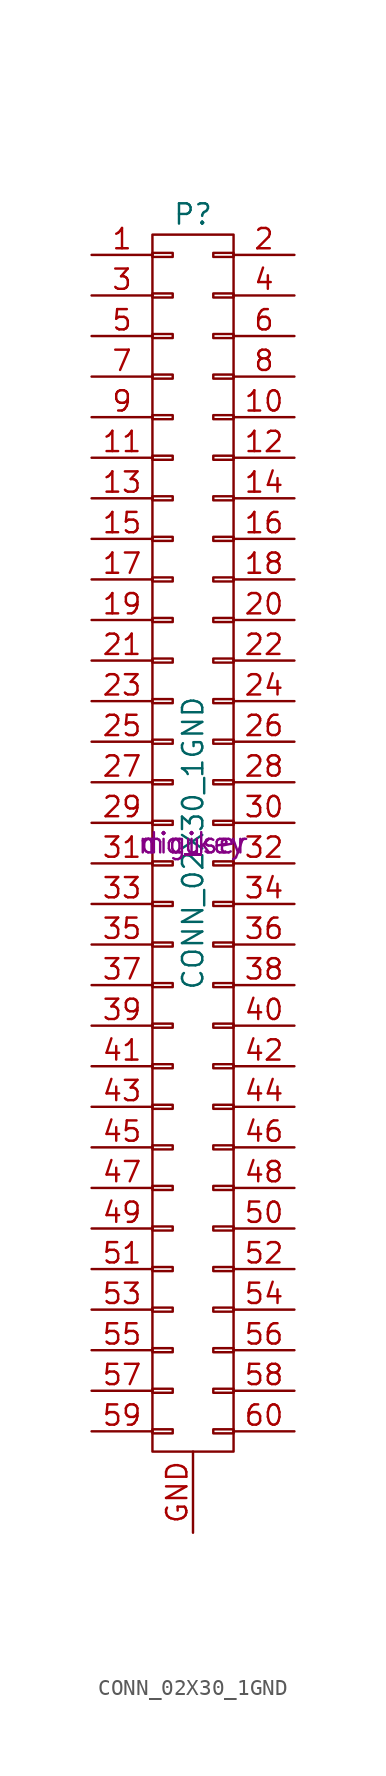
<source format=kicad_sym>
(kicad_symbol_lib
  (version 20201005)
  (generator kicad_symbol_editor)
  (symbol "Connectors_OSRF:CONN_02X30_1GND"
    (pin_names
      (offset 0.025) hide)
    (property "Reference" "P"
      (at 0 40.64 0)
      (effects (font (size 1.27 1.27))))
    (property "Value" "CONN_02X30_1GND"
      (at 0 1.27 90)
      (effects (font (size 1.27 1.27))))
    (property "MFN" "_"
      (at 0 1.27 0)
      (effects (font (size 1.27 1.27))))
    (property "MFP" "_"
      (at 0 1.27 0)
      (effects (font (size 1.27 1.27))))
    (property "D1" "digikey"
      (at 0 1.27 0)
      (effects (font (size 1.27 1.27))))
    (property "D2" "mouser"
      (at 0 1.27 0)
      (effects (font (size 1.27 1.27))))
    (property "D1PN" "_"
      (at 0 1.27 0)
      (effects (font (size 1.27 1.27))))
    (property "D1PL" "_"
      (at 0 1.27 0)
      (effects (font (size 1.27 1.27))))
    (property "D2PN" "_"
      (at 0 1.27 0)
      (effects (font (size 1.27 1.27))))
    (property "D2PL" "_"
      (at 0 1.27 0)
      (effects (font (size 1.27 1.27))))
    (property "Package" "_"
      (at 0 1.27 0)
      (effects (font (size 1.27 1.27))))
    (property "Description" "_"
      (at 0 1.27 0)
      (effects (font (size 1.27 1.27))))
    (property "Voltage" "_"
      (at 0 1.27 0)
      (effects (font (size 1.27 1.27))))
    (property "Power" "_"
      (at 0 1.27 0)
      (effects (font (size 1.27 1.27))))
    (property "Tolerance" "_"
      (at 0 1.27 0)
      (effects (font (size 1.27 1.27))))
    (property "Temperature" "_"
      (at 0 1.27 0)
      (effects (font (size 1.27 1.27))))
    (property "ReverseVoltage" "_"
      (at 0 1.27 0)
      (effects (font (size 1.27 1.27))))
    (property "ForwardVoltage" "_"
      (at 0 1.27 0)
      (effects (font (size 1.27 1.27))))
    (property "Cont.Current" "_"
      (at 0 1.27 0)
      (effects (font (size 1.27 1.27))))
    (property "Frequency" "_"
      (at 0 1.27 0)
      (effects (font (size 1.27 1.27))))
    (property "ResonnanceFreq" "_"
      (at 0 1.27 0)
      (effects (font (size 1.27 1.27))))
    (symbol "CONN_02X30_1GND_0_1"
      (rectangle (start -2.54 -35.433) (end -1.27 -35.687) (stroke (width 0)) (fill (type none)))
      (rectangle (start -2.54 -32.893) (end -1.27 -33.147) (stroke (width 0)) (fill (type none)))
      (rectangle (start -2.54 -30.353) (end -1.27 -30.607) (stroke (width 0)) (fill (type none)))
      (rectangle (start -2.54 -27.813) (end -1.27 -28.067) (stroke (width 0)) (fill (type none)))
      (rectangle (start -2.54 -25.273) (end -1.27 -25.527) (stroke (width 0)) (fill (type none)))
      (rectangle (start -2.54 -22.733) (end -1.27 -22.987) (stroke (width 0)) (fill (type none)))
      (rectangle (start -2.54 -20.193) (end -1.27 -20.447) (stroke (width 0)) (fill (type none)))
      (rectangle (start -2.54 -17.653) (end -1.27 -17.907) (stroke (width 0)) (fill (type none)))
      (rectangle (start -2.54 -15.113) (end -1.27 -15.367) (stroke (width 0)) (fill (type none)))
      (rectangle (start -2.54 -12.573) (end -1.27 -12.827) (stroke (width 0)) (fill (type none)))
      (rectangle (start -2.54 -10.033) (end -1.27 -10.287) (stroke (width 0)) (fill (type none)))
      (rectangle (start -2.54 -7.493) (end -1.27 -7.747) (stroke (width 0)) (fill (type none)))
      (rectangle (start -2.54 -4.953) (end -1.27 -5.207) (stroke (width 0)) (fill (type none)))
      (rectangle (start -2.54 -2.413) (end -1.27 -2.667) (stroke (width 0)) (fill (type none)))
      (rectangle (start -2.54 0.127) (end -1.27 -0.127) (stroke (width 0)) (fill (type none)))
      (rectangle (start -2.54 2.667) (end -1.27 2.413) (stroke (width 0)) (fill (type none)))
      (rectangle (start -2.54 5.207) (end -1.27 4.953) (stroke (width 0)) (fill (type none)))
      (rectangle (start -2.54 7.747) (end -1.27 7.493) (stroke (width 0)) (fill (type none)))
      (rectangle (start -2.54 10.287) (end -1.27 10.033) (stroke (width 0)) (fill (type none)))
      (rectangle (start -2.54 12.827) (end -1.27 12.573) (stroke (width 0)) (fill (type none)))
      (rectangle (start -2.54 15.367) (end -1.27 15.113) (stroke (width 0)) (fill (type none)))
      (rectangle (start -2.54 17.907) (end -1.27 17.653) (stroke (width 0)) (fill (type none)))
      (rectangle (start -2.54 20.447) (end -1.27 20.193) (stroke (width 0)) (fill (type none)))
      (rectangle (start -2.54 22.987) (end -1.27 22.733) (stroke (width 0)) (fill (type none)))
      (rectangle (start -2.54 25.527) (end -1.27 25.273) (stroke (width 0)) (fill (type none)))
      (rectangle (start -2.54 28.067) (end -1.27 27.813) (stroke (width 0)) (fill (type none)))
      (rectangle (start -2.54 30.607) (end -1.27 30.353) (stroke (width 0)) (fill (type none)))
      (rectangle (start -2.54 33.147) (end -1.27 32.893) (stroke (width 0)) (fill (type none)))
      (rectangle (start -2.54 35.687) (end -1.27 35.433) (stroke (width 0)) (fill (type none)))
      (rectangle (start -2.54 38.227) (end -1.27 37.973) (stroke (width 0)) (fill (type none)))
      (rectangle (start -2.54 39.37) (end 2.54 -36.83) (stroke (width 0)) (fill (type none)))
      (rectangle (start 1.27 -35.433) (end 2.54 -35.687) (stroke (width 0)) (fill (type none)))
      (rectangle (start 1.27 -32.893) (end 2.54 -33.147) (stroke (width 0)) (fill (type none)))
      (rectangle (start 1.27 -30.353) (end 2.54 -30.607) (stroke (width 0)) (fill (type none)))
      (rectangle (start 1.27 -27.813) (end 2.54 -28.067) (stroke (width 0)) (fill (type none)))
      (rectangle (start 1.27 -25.273) (end 2.54 -25.527) (stroke (width 0)) (fill (type none)))
      (rectangle (start 1.27 -22.733) (end 2.54 -22.987) (stroke (width 0)) (fill (type none)))
      (rectangle (start 1.27 -20.193) (end 2.54 -20.447) (stroke (width 0)) (fill (type none)))
      (rectangle (start 1.27 -17.653) (end 2.54 -17.907) (stroke (width 0)) (fill (type none)))
      (rectangle (start 1.27 -15.113) (end 2.54 -15.367) (stroke (width 0)) (fill (type none)))
      (rectangle (start 1.27 -12.573) (end 2.54 -12.827) (stroke (width 0)) (fill (type none)))
      (rectangle (start 1.27 -10.033) (end 2.54 -10.287) (stroke (width 0)) (fill (type none)))
      (rectangle (start 1.27 -7.493) (end 2.54 -7.747) (stroke (width 0)) (fill (type none)))
      (rectangle (start 1.27 -4.953) (end 2.54 -5.207) (stroke (width 0)) (fill (type none)))
      (rectangle (start 1.27 -2.413) (end 2.54 -2.667) (stroke (width 0)) (fill (type none)))
      (rectangle (start 1.27 0.127) (end 2.54 -0.127) (stroke (width 0)) (fill (type none)))
      (rectangle (start 1.27 2.667) (end 2.54 2.413) (stroke (width 0)) (fill (type none)))
      (rectangle (start 1.27 5.207) (end 2.54 4.953) (stroke (width 0)) (fill (type none)))
      (rectangle (start 1.27 7.747) (end 2.54 7.493) (stroke (width 0)) (fill (type none)))
      (rectangle (start 1.27 10.287) (end 2.54 10.033) (stroke (width 0)) (fill (type none)))
      (rectangle (start 1.27 12.827) (end 2.54 12.573) (stroke (width 0)) (fill (type none)))
      (rectangle (start 1.27 15.367) (end 2.54 15.113) (stroke (width 0)) (fill (type none)))
      (rectangle (start 1.27 17.907) (end 2.54 17.653) (stroke (width 0)) (fill (type none)))
      (rectangle (start 1.27 20.447) (end 2.54 20.193) (stroke (width 0)) (fill (type none)))
      (rectangle (start 1.27 22.987) (end 2.54 22.733) (stroke (width 0)) (fill (type none)))
      (rectangle (start 1.27 25.527) (end 2.54 25.273) (stroke (width 0)) (fill (type none)))
      (rectangle (start 1.27 28.067) (end 2.54 27.813) (stroke (width 0)) (fill (type none)))
      (rectangle (start 1.27 30.607) (end 2.54 30.353) (stroke (width 0)) (fill (type none)))
      (rectangle (start 1.27 33.147) (end 2.54 32.893) (stroke (width 0)) (fill (type none)))
      (rectangle (start 1.27 35.687) (end 2.54 35.433) (stroke (width 0)) (fill (type none)))
      (rectangle (start 1.27 38.227) (end 2.54 37.973) (stroke (width 0)) (fill (type none))))
    (symbol "CONN_02X30_1GND_1_1"
      (pin passive line (at -6.35 38.1 0) (length 3.81) (name "P1" (effects (font (size 1.27 1.27)))) (number "1" (effects (font (size 1.27 1.27)))))
      (pin passive line (at 6.35 27.94 180) (length 3.81) (name "P10" (effects (font (size 1.27 1.27)))) (number "10" (effects (font (size 1.27 1.27)))))
      (pin passive line (at -6.35 25.4 0) (length 3.81) (name "P11" (effects (font (size 1.27 1.27)))) (number "11" (effects (font (size 1.27 1.27)))))
      (pin passive line (at 6.35 25.4 180) (length 3.81) (name "P12" (effects (font (size 1.27 1.27)))) (number "12" (effects (font (size 1.27 1.27)))))
      (pin passive line (at -6.35 22.86 0) (length 3.81) (name "P13" (effects (font (size 1.27 1.27)))) (number "13" (effects (font (size 1.27 1.27)))))
      (pin passive line (at 6.35 22.86 180) (length 3.81) (name "P14" (effects (font (size 1.27 1.27)))) (number "14" (effects (font (size 1.27 1.27)))))
      (pin passive line (at -6.35 20.32 0) (length 3.81) (name "P15" (effects (font (size 1.27 1.27)))) (number "15" (effects (font (size 1.27 1.27)))))
      (pin passive line (at 6.35 20.32 180) (length 3.81) (name "P16" (effects (font (size 1.27 1.27)))) (number "16" (effects (font (size 1.27 1.27)))))
      (pin passive line (at -6.35 17.78 0) (length 3.81) (name "P17" (effects (font (size 1.27 1.27)))) (number "17" (effects (font (size 1.27 1.27)))))
      (pin passive line (at 6.35 17.78 180) (length 3.81) (name "P18" (effects (font (size 1.27 1.27)))) (number "18" (effects (font (size 1.27 1.27)))))
      (pin passive line (at -6.35 15.24 0) (length 3.81) (name "P19" (effects (font (size 1.27 1.27)))) (number "19" (effects (font (size 1.27 1.27)))))
      (pin passive line (at 6.35 38.1 180) (length 3.81) (name "P2" (effects (font (size 1.27 1.27)))) (number "2" (effects (font (size 1.27 1.27)))))
      (pin passive line (at 6.35 15.24 180) (length 3.81) (name "P20" (effects (font (size 1.27 1.27)))) (number "20" (effects (font (size 1.27 1.27)))))
      (pin passive line (at -6.35 12.7 0) (length 3.81) (name "P21" (effects (font (size 1.27 1.27)))) (number "21" (effects (font (size 1.27 1.27)))))
      (pin passive line (at 6.35 12.7 180) (length 3.81) (name "P22" (effects (font (size 1.27 1.27)))) (number "22" (effects (font (size 1.27 1.27)))))
      (pin passive line (at -6.35 10.16 0) (length 3.81) (name "P23" (effects (font (size 1.27 1.27)))) (number "23" (effects (font (size 1.27 1.27)))))
      (pin passive line (at 6.35 10.16 180) (length 3.81) (name "P24" (effects (font (size 1.27 1.27)))) (number "24" (effects (font (size 1.27 1.27)))))
      (pin passive line (at -6.35 7.62 0) (length 3.81) (name "P25" (effects (font (size 1.27 1.27)))) (number "25" (effects (font (size 1.27 1.27)))))
      (pin passive line (at 6.35 7.62 180) (length 3.81) (name "P26" (effects (font (size 1.27 1.27)))) (number "26" (effects (font (size 1.27 1.27)))))
      (pin passive line (at -6.35 5.08 0) (length 3.81) (name "P27" (effects (font (size 1.27 1.27)))) (number "27" (effects (font (size 1.27 1.27)))))
      (pin passive line (at 6.35 5.08 180) (length 3.81) (name "P28" (effects (font (size 1.27 1.27)))) (number "28" (effects (font (size 1.27 1.27)))))
      (pin passive line (at -6.35 2.54 0) (length 3.81) (name "P29" (effects (font (size 1.27 1.27)))) (number "29" (effects (font (size 1.27 1.27)))))
      (pin passive line (at -6.35 35.56 0) (length 3.81) (name "P3" (effects (font (size 1.27 1.27)))) (number "3" (effects (font (size 1.27 1.27)))))
      (pin passive line (at 6.35 2.54 180) (length 3.81) (name "P30" (effects (font (size 1.27 1.27)))) (number "30" (effects (font (size 1.27 1.27)))))
      (pin passive line (at -6.35 0 0) (length 3.81) (name "P31" (effects (font (size 1.27 1.27)))) (number "31" (effects (font (size 1.27 1.27)))))
      (pin passive line (at 6.35 0 180) (length 3.81) (name "P32" (effects (font (size 1.27 1.27)))) (number "32" (effects (font (size 1.27 1.27)))))
      (pin passive line (at -6.35 -2.54 0) (length 3.81) (name "P33" (effects (font (size 1.27 1.27)))) (number "33" (effects (font (size 1.27 1.27)))))
      (pin passive line (at 6.35 -2.54 180) (length 3.81) (name "P34" (effects (font (size 1.27 1.27)))) (number "34" (effects (font (size 1.27 1.27)))))
      (pin passive line (at -6.35 -5.08 0) (length 3.81) (name "P35" (effects (font (size 1.27 1.27)))) (number "35" (effects (font (size 1.27 1.27)))))
      (pin passive line (at 6.35 -5.08 180) (length 3.81) (name "P36" (effects (font (size 1.27 1.27)))) (number "36" (effects (font (size 1.27 1.27)))))
      (pin passive line (at -6.35 -7.62 0) (length 3.81) (name "P37" (effects (font (size 1.27 1.27)))) (number "37" (effects (font (size 1.27 1.27)))))
      (pin passive line (at 6.35 -7.62 180) (length 3.81) (name "P38" (effects (font (size 1.27 1.27)))) (number "38" (effects (font (size 1.27 1.27)))))
      (pin passive line (at -6.35 -10.16 0) (length 3.81) (name "P39" (effects (font (size 1.27 1.27)))) (number "39" (effects (font (size 1.27 1.27)))))
      (pin passive line (at 6.35 35.56 180) (length 3.81) (name "P4" (effects (font (size 1.27 1.27)))) (number "4" (effects (font (size 1.27 1.27)))))
      (pin passive line (at 6.35 -10.16 180) (length 3.81) (name "P40" (effects (font (size 1.27 1.27)))) (number "40" (effects (font (size 1.27 1.27)))))
      (pin passive line (at -6.35 -12.7 0) (length 3.81) (name "P41" (effects (font (size 1.27 1.27)))) (number "41" (effects (font (size 1.27 1.27)))))
      (pin passive line (at 6.35 -12.7 180) (length 3.81) (name "P42" (effects (font (size 1.27 1.27)))) (number "42" (effects (font (size 1.27 1.27)))))
      (pin passive line (at -6.35 -15.24 0) (length 3.81) (name "P43" (effects (font (size 1.27 1.27)))) (number "43" (effects (font (size 1.27 1.27)))))
      (pin passive line (at 6.35 -15.24 180) (length 3.81) (name "P44" (effects (font (size 1.27 1.27)))) (number "44" (effects (font (size 1.27 1.27)))))
      (pin passive line (at -6.35 -17.78 0) (length 3.81) (name "P45" (effects (font (size 1.27 1.27)))) (number "45" (effects (font (size 1.27 1.27)))))
      (pin passive line (at 6.35 -17.78 180) (length 3.81) (name "P46" (effects (font (size 1.27 1.27)))) (number "46" (effects (font (size 1.27 1.27)))))
      (pin passive line (at -6.35 -20.32 0) (length 3.81) (name "P47" (effects (font (size 1.27 1.27)))) (number "47" (effects (font (size 1.27 1.27)))))
      (pin passive line (at 6.35 -20.32 180) (length 3.81) (name "P48" (effects (font (size 1.27 1.27)))) (number "48" (effects (font (size 1.27 1.27)))))
      (pin passive line (at -6.35 -22.86 0) (length 3.81) (name "P49" (effects (font (size 1.27 1.27)))) (number "49" (effects (font (size 1.27 1.27)))))
      (pin passive line (at -6.35 33.02 0) (length 3.81) (name "P5" (effects (font (size 1.27 1.27)))) (number "5" (effects (font (size 1.27 1.27)))))
      (pin passive line (at 6.35 -22.86 180) (length 3.81) (name "P50" (effects (font (size 1.27 1.27)))) (number "50" (effects (font (size 1.27 1.27)))))
      (pin passive line (at -6.35 -25.4 0) (length 3.81) (name "P51" (effects (font (size 1.27 1.27)))) (number "51" (effects (font (size 1.27 1.27)))))
      (pin passive line (at 6.35 -25.4 180) (length 3.81) (name "P52" (effects (font (size 1.27 1.27)))) (number "52" (effects (font (size 1.27 1.27)))))
      (pin passive line (at -6.35 -27.94 0) (length 3.81) (name "P53" (effects (font (size 1.27 1.27)))) (number "53" (effects (font (size 1.27 1.27)))))
      (pin passive line (at 6.35 -27.94 180) (length 3.81) (name "P54" (effects (font (size 1.27 1.27)))) (number "54" (effects (font (size 1.27 1.27)))))
      (pin passive line (at -6.35 -30.48 0) (length 3.81) (name "P55" (effects (font (size 1.27 1.27)))) (number "55" (effects (font (size 1.27 1.27)))))
      (pin passive line (at 6.35 -30.48 180) (length 3.81) (name "P56" (effects (font (size 1.27 1.27)))) (number "56" (effects (font (size 1.27 1.27)))))
      (pin passive line (at -6.35 -33.02 0) (length 3.81) (name "P57" (effects (font (size 1.27 1.27)))) (number "57" (effects (font (size 1.27 1.27)))))
      (pin passive line (at 6.35 -33.02 180) (length 3.81) (name "P58" (effects (font (size 1.27 1.27)))) (number "58" (effects (font (size 1.27 1.27)))))
      (pin passive line (at -6.35 -35.56 0) (length 3.81) (name "P59" (effects (font (size 1.27 1.27)))) (number "59" (effects (font (size 1.27 1.27)))))
      (pin passive line (at 6.35 33.02 180) (length 3.81) (name "P6" (effects (font (size 1.27 1.27)))) (number "6" (effects (font (size 1.27 1.27)))))
      (pin passive line (at 6.35 -35.56 180) (length 3.81) (name "P60" (effects (font (size 1.27 1.27)))) (number "60" (effects (font (size 1.27 1.27)))))
      (pin passive line (at -6.35 30.48 0) (length 3.81) (name "P7" (effects (font (size 1.27 1.27)))) (number "7" (effects (font (size 1.27 1.27)))))
      (pin passive line (at 6.35 30.48 180) (length 3.81) (name "P8" (effects (font (size 1.27 1.27)))) (number "8" (effects (font (size 1.27 1.27)))))
      (pin passive line (at -6.35 27.94 0) (length 3.81) (name "P9" (effects (font (size 1.27 1.27)))) (number "9" (effects (font (size 1.27 1.27)))))
      (pin input line (at 0 -41.91 90) (length 5.08) (name "GND" (effects (font (size 1.27 1.27)))) (number "GND" (effects (font (size 1.27 1.27))))))))
</source>
